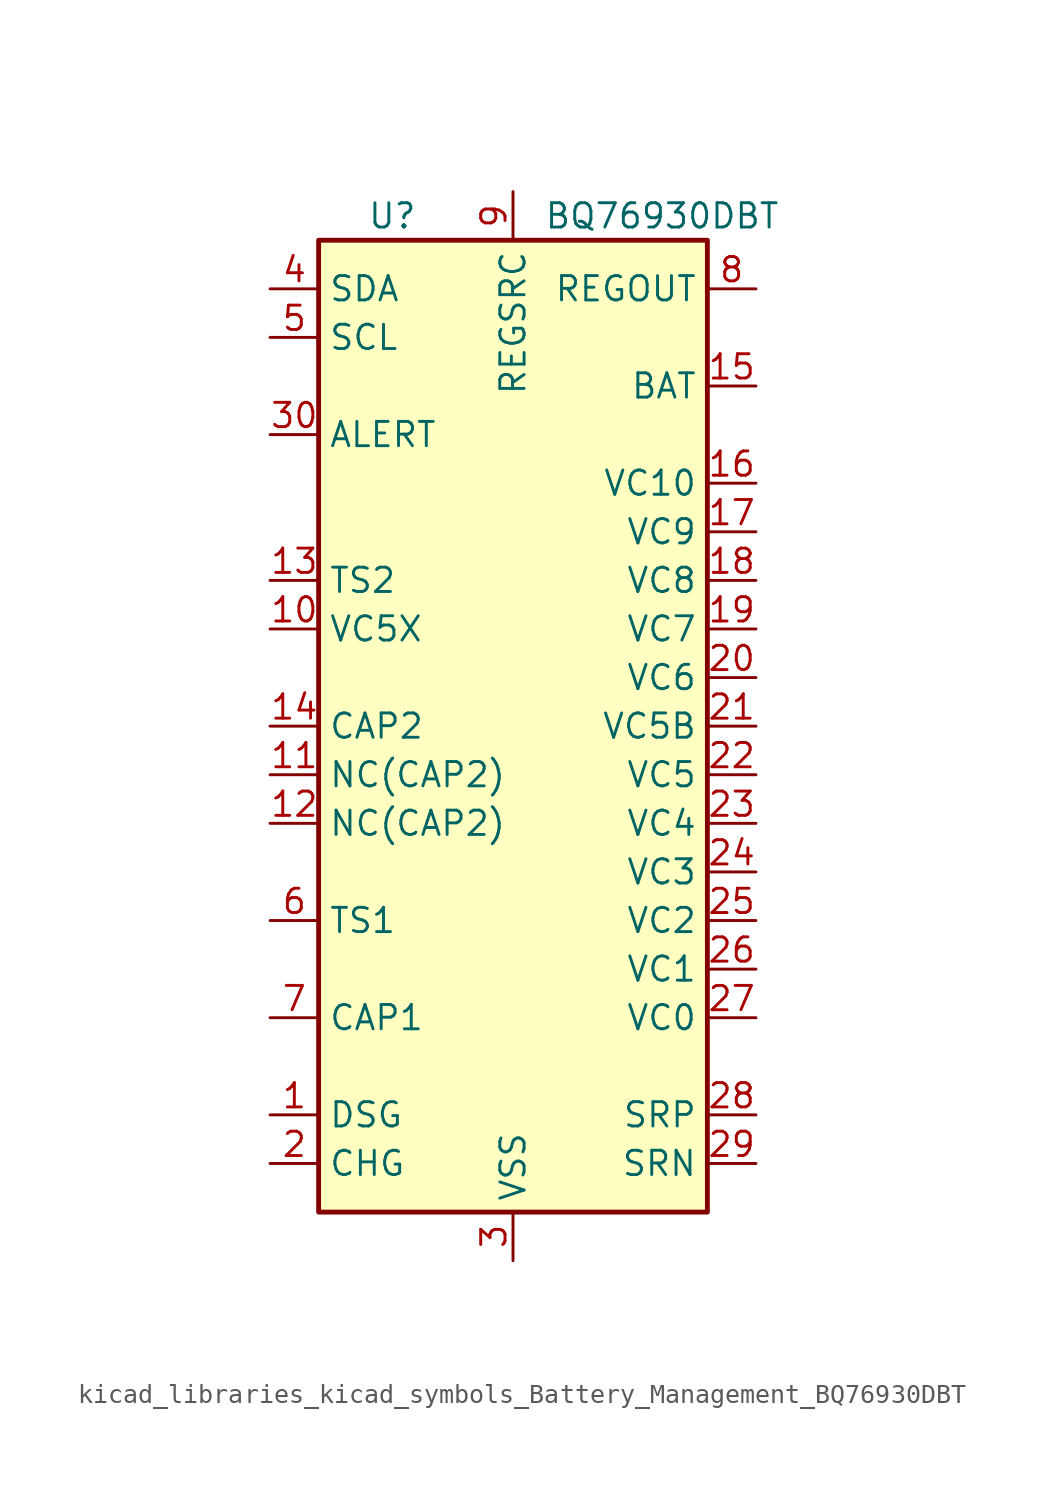
<source format=kicad_sym>
(kicad_symbol_lib
  (version 20220914)
  (generator kicad_symbol_editor)
  (symbol "kicad_libraries_kicad_symbols_Battery_Management_BQ76930DBT"
    (property "Reference" "U"
      (at -7.62 26.67 0)
      (effects (font (size 1.27 1.27)) (justify left)))
    (property "Value" "BQ76930DBT"
      (at 13.97 26.67 0)
      (effects (font (size 1.27 1.27)) (justify right)))
    (symbol "kicad_libraries_kicad_symbols_Battery_Management_BQ76930DBT_0_1"
      (rectangle (start -10.16 25.4) (end 10.16 -25.4) (stroke (width 0.254) (type default)) (fill (type background))))
    (symbol "kicad_libraries_kicad_symbols_Battery_Management_BQ76930DBT_1_0"
      (pin passive line (at -12.7 5.08 0) (length 2.54) (name "VC5X" (effects (font (size 1.27 1.27)))) (number "10" (effects (font (size 1.27 1.27)))))
      (pin passive line (at -12.7 -2.54 0) (length 2.54) (name "NC(CAP2)" (effects (font (size 1.27 1.27)))) (number "11" (effects (font (size 1.27 1.27)))))
      (pin passive line (at -12.7 -5.08 0) (length 2.54) (name "NC(CAP2)" (effects (font (size 1.27 1.27)))) (number "12" (effects (font (size 1.27 1.27)))))
      (pin passive line (at -12.7 7.62 0) (length 2.54) (name "TS2" (effects (font (size 1.27 1.27)))) (number "13" (effects (font (size 1.27 1.27)))))
      (pin passive line (at -12.7 0 0) (length 2.54) (name "CAP2" (effects (font (size 1.27 1.27)))) (number "14" (effects (font (size 1.27 1.27)))))
      (pin input line (at 12.7 17.78 180) (length 2.54) (name "BAT" (effects (font (size 1.27 1.27)))) (number "15" (effects (font (size 1.27 1.27)))))
      (pin input line (at 12.7 12.7 180) (length 2.54) (name "VC10" (effects (font (size 1.27 1.27)))) (number "16" (effects (font (size 1.27 1.27)))))
      (pin input line (at 12.7 10.16 180) (length 2.54) (name "VC9" (effects (font (size 1.27 1.27)))) (number "17" (effects (font (size 1.27 1.27)))))
      (pin input line (at 12.7 7.62 180) (length 2.54) (name "VC8" (effects (font (size 1.27 1.27)))) (number "18" (effects (font (size 1.27 1.27)))))
      (pin input line (at 12.7 5.08 180) (length 2.54) (name "VC7" (effects (font (size 1.27 1.27)))) (number "19" (effects (font (size 1.27 1.27)))))
      (pin input line (at 12.7 2.54 180) (length 2.54) (name "VC6" (effects (font (size 1.27 1.27)))) (number "20" (effects (font (size 1.27 1.27)))))
      (pin input line (at 12.7 0 180) (length 2.54) (name "VC5B" (effects (font (size 1.27 1.27)))) (number "21" (effects (font (size 1.27 1.27)))))
      (pin input line (at 12.7 -2.54 180) (length 2.54) (name "VC5" (effects (font (size 1.27 1.27)))) (number "22" (effects (font (size 1.27 1.27)))))
      (pin input line (at 12.7 -5.08 180) (length 2.54) (name "VC4" (effects (font (size 1.27 1.27)))) (number "23" (effects (font (size 1.27 1.27)))))
      (pin input line (at 12.7 -7.62 180) (length 2.54) (name "VC3" (effects (font (size 1.27 1.27)))) (number "24" (effects (font (size 1.27 1.27)))))
      (pin input line (at 12.7 -10.16 180) (length 2.54) (name "VC2" (effects (font (size 1.27 1.27)))) (number "25" (effects (font (size 1.27 1.27)))))
      (pin input line (at 12.7 -12.7 180) (length 2.54) (name "VC1" (effects (font (size 1.27 1.27)))) (number "26" (effects (font (size 1.27 1.27)))))
      (pin input line (at 12.7 -15.24 180) (length 2.54) (name "VC0" (effects (font (size 1.27 1.27)))) (number "27" (effects (font (size 1.27 1.27)))))
      (pin input line (at 12.7 -20.32 180) (length 2.54) (name "SRP" (effects (font (size 1.27 1.27)))) (number "28" (effects (font (size 1.27 1.27)))))
      (pin input line (at 12.7 -22.86 180) (length 2.54) (name "SRN" (effects (font (size 1.27 1.27)))) (number "29" (effects (font (size 1.27 1.27)))))
      (pin bidirectional line (at -12.7 15.24 0) (length 2.54) (name "ALERT" (effects (font (size 1.27 1.27)))) (number "30" (effects (font (size 1.27 1.27)))))
      (pin passive line (at -12.7 -10.16 0) (length 2.54) (name "TS1" (effects (font (size 1.27 1.27)))) (number "6" (effects (font (size 1.27 1.27)))))
      (pin passive line (at -12.7 -15.24 0) (length 2.54) (name "CAP1" (effects (font (size 1.27 1.27)))) (number "7" (effects (font (size 1.27 1.27)))))
      (pin power_out line (at 12.7 22.86 180) (length 2.54) (name "REGOUT" (effects (font (size 1.27 1.27)))) (number "8" (effects (font (size 1.27 1.27)))))
      (pin power_in line (at 0 27.94 270) (length 2.54) (name "REGSRC" (effects (font (size 1.27 1.27)))) (number "9" (effects (font (size 1.27 1.27))))))
    (symbol "kicad_libraries_kicad_symbols_Battery_Management_BQ76930DBT_1_1"
      (pin output line (at -12.7 -20.32 0) (length 2.54) (name "DSG" (effects (font (size 1.27 1.27)))) (number "1" (effects (font (size 1.27 1.27)))))
      (pin output line (at -12.7 -22.86 0) (length 2.54) (name "CHG" (effects (font (size 1.27 1.27)))) (number "2" (effects (font (size 1.27 1.27)))))
      (pin power_in line (at 0 -27.94 90) (length 2.54) (name "VSS" (effects (font (size 1.27 1.27)))) (number "3" (effects (font (size 1.27 1.27)))))
      (pin bidirectional line (at -12.7 22.86 0) (length 2.54) (name "SDA" (effects (font (size 1.27 1.27)))) (number "4" (effects (font (size 1.27 1.27)))))
      (pin input line (at -12.7 20.32 0) (length 2.54) (name "SCL" (effects (font (size 1.27 1.27)))) (number "5" (effects (font (size 1.27 1.27))))))))
</source>
